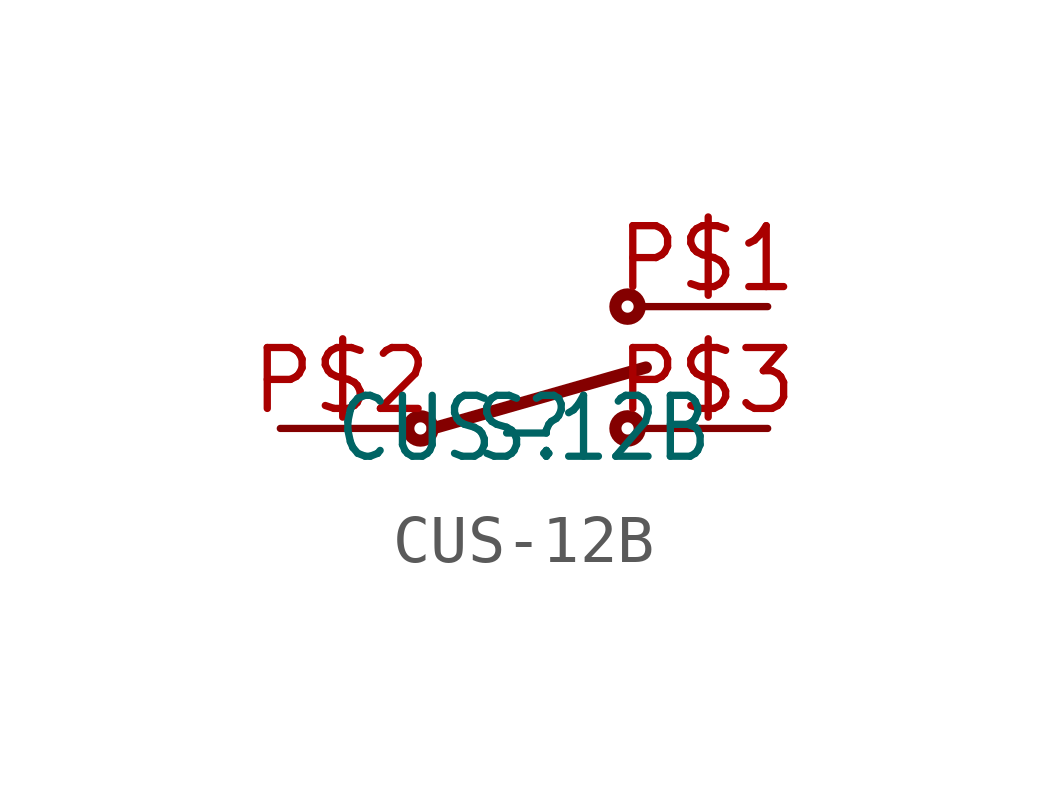
<source format=kicad_sym>
(kicad_symbol_lib
  (version 20211014)
  (generator kicad_symbol_editor)
  (symbol "CUS-12B"
    (pin_names
      (offset 1.016) hide)
    (property "Reference" "S"
      (at 0 0 0)
      (effects (font (size 1.27 1.086))))
    (property "Value" "CUS-12B"
      (at 0 0 0)
      (effects (font (size 1.27 1.086))))
    (symbol "CUS-12B_0_0")
    (symbol "CUS-12B_0_1"
      (polyline (pts (xy -1.905 0.0) (xy 2.54 1.27)) (stroke (width 0.254) (type default) (color 0 0 0 0)))
      (circle (center -2.159 0) (radius 0.254) (stroke (width 0.254) (type default) (color 0 0 0 0)))
      (circle (center 2.159 2.54) (radius 0.254) (stroke (width 0.254) (type default) (color 0 0 0 0)))
      (circle (center 2.159 0) (radius 0.254) (stroke (width 0.254) (type default) (color 0 0 0 0))))
    (symbol "CUS-12B_1_1"
      (pin bidirectional line (at -5.08 0 0) (length 2.54) (name "P$1" (effects (font (size 1.27 1.086)))) (number "P$2" (effects (font (size 1.27 1.086)))))
      (pin bidirectional line (at 5.08 2.54 180) (length 2.54) (name "P$2" (effects (font (size 1.27 1.086)))) (number "P$1" (effects (font (size 1.27 1.086)))))
      (pin bidirectional line (at 5.08 0 180) (length 2.54) (name "P$3" (effects (font (size 1.27 1.086)))) (number "P$3" (effects (font (size 1.27 1.086))))))))
</source>
